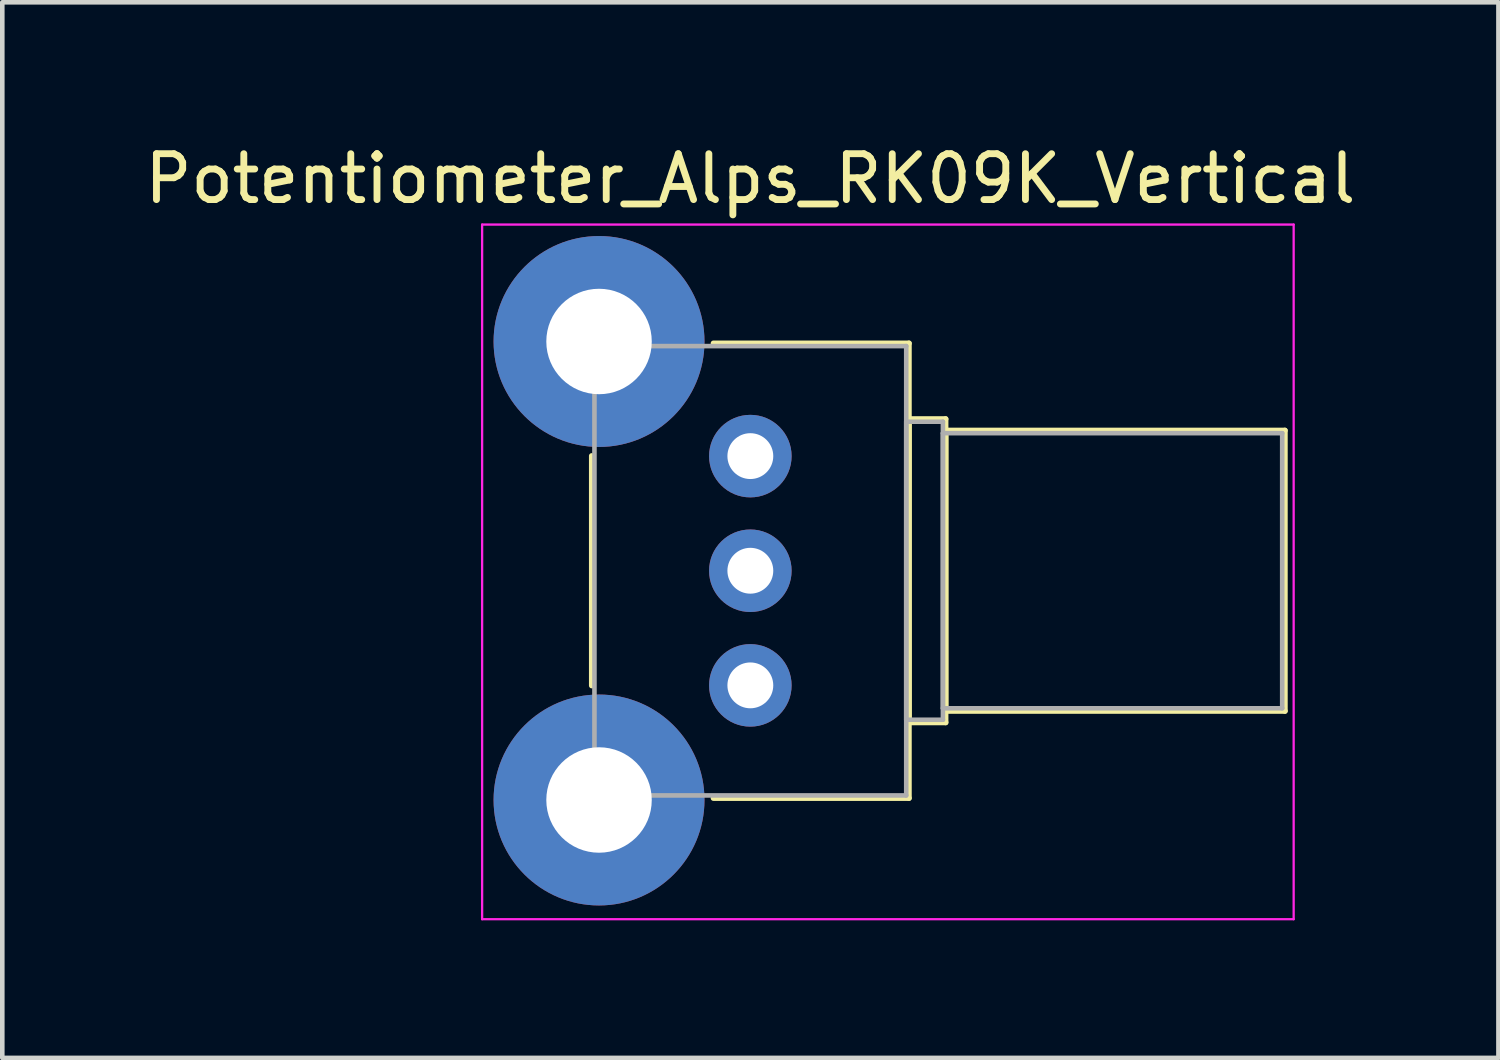
<source format=kicad_pcb>
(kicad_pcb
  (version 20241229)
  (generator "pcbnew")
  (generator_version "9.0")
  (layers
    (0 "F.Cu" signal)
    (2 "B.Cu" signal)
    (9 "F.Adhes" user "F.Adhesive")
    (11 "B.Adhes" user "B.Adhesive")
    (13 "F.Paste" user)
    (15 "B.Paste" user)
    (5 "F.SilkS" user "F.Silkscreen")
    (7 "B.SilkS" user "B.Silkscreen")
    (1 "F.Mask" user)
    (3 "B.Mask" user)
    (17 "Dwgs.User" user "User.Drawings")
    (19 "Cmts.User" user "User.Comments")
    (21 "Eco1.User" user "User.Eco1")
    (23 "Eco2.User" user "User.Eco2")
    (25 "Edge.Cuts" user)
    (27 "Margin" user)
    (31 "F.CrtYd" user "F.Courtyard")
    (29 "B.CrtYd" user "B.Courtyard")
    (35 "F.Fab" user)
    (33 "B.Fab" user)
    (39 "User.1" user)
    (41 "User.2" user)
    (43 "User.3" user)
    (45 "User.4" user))
  (footprint "Potentiometer_Alps_RK09K_Vertical"
    (layer "F.Cu")
    (at 13.315 11.898)
    (property "Reference" "Potentiometer_Alps_RK09K_Vertical" (at 0 -11.05 0) (layer "F.SilkS") (effects (font (size 1 1) (thickness 0.15))))
    (attr through_hole)
    (fp_line (start -3.46 -5.005) (end -3.46 0.005) (stroke (width 0.12) (type solid)) (layer "F.SilkS"))
    (fp_line (start -0.805 -7.461) (end 3.46 -7.461) (stroke (width 0.12) (type solid)) (layer "F.SilkS"))
    (fp_line (start -0.805 2.46) (end 3.46 2.46) (stroke (width 0.12) (type solid)) (layer "F.SilkS"))
    (fp_line (start 3.46 -7.461) (end 3.46 2.46) (stroke (width 0.12) (type solid)) (layer "F.SilkS"))
    (fp_line (start 3.46 -5.81) (end 3.46 0.81) (stroke (width 0.12) (type solid)) (layer "F.SilkS"))
    (fp_line (start 3.46 -5.81) (end 4.26 -5.81) (stroke (width 0.12) (type solid)) (layer "F.SilkS"))
    (fp_line (start 3.46 0.81) (end 4.26 0.81) (stroke (width 0.12) (type solid)) (layer "F.SilkS"))
    (fp_line (start 4.26 -5.81) (end 4.26 0.81) (stroke (width 0.12) (type solid)) (layer "F.SilkS"))
    (fp_line (start 4.26 -5.56) (end 4.26 0.56) (stroke (width 0.12) (type solid)) (layer "F.SilkS"))
    (fp_line (start 4.26 -5.56) (end 11.66 -5.56) (stroke (width 0.12) (type solid)) (layer "F.SilkS"))
    (fp_line (start 4.26 0.56) (end 11.66 0.56) (stroke (width 0.12) (type solid)) (layer "F.SilkS"))
    (fp_line (start 11.66 -5.56) (end 11.66 0.56) (stroke (width 0.12) (type solid)) (layer "F.SilkS"))
    (fp_line (start -5.85 -10.05) (end -5.85 5.1) (stroke (width 0.05) (type solid)) (layer "F.CrtYd"))
    (fp_line (start -5.85 5.1) (end 11.85 5.1) (stroke (width 0.05) (type solid)) (layer "F.CrtYd"))
    (fp_line (start 11.85 -10.05) (end -5.85 -10.05) (stroke (width 0.05) (type solid)) (layer "F.CrtYd"))
    (fp_line (start 11.85 5.1) (end 11.85 -10.05) (stroke (width 0.05) (type solid)) (layer "F.CrtYd"))
    (fp_line (start -3.4 -7.4) (end -3.4 2.4) (stroke (width 0.1) (type solid)) (layer "F.Fab"))
    (fp_line (start -3.4 2.4) (end 3.4 2.4) (stroke (width 0.1) (type solid)) (layer "F.Fab"))
    (fp_line (start 3.4 -7.4) (end -3.4 -7.4) (stroke (width 0.1) (type solid)) (layer "F.Fab"))
    (fp_line (start 3.4 -5.75) (end 3.4 0.75) (stroke (width 0.1) (type solid)) (layer "F.Fab"))
    (fp_line (start 3.4 0.75) (end 4.2 0.75) (stroke (width 0.1) (type solid)) (layer "F.Fab"))
    (fp_line (start 3.4 2.4) (end 3.4 -7.4) (stroke (width 0.1) (type solid)) (layer "F.Fab"))
    (fp_line (start 4.2 -5.75) (end 3.4 -5.75) (stroke (width 0.1) (type solid)) (layer "F.Fab"))
    (fp_line (start 4.2 -5.5) (end 4.2 0.5) (stroke (width 0.1) (type solid)) (layer "F.Fab"))
    (fp_line (start 4.2 0.5) (end 11.6 0.5) (stroke (width 0.1) (type solid)) (layer "F.Fab"))
    (fp_line (start 4.2 0.75) (end 4.2 -5.75) (stroke (width 0.1) (type solid)) (layer "F.Fab"))
    (fp_line (start 11.6 -5.5) (end 4.2 -5.5) (stroke (width 0.1) (type solid)) (layer "F.Fab"))
    (fp_line (start 11.6 0.5) (end 11.6 -5.5) (stroke (width 0.1) (type solid)) (layer "F.Fab"))
    (pad "0" thru_hole circle (at -3.3 -7.5) (size 4.6 4.6) (drill 2.3) (layers "*.Cu" "*.Mask"))
    (pad "0" thru_hole circle (at -3.3 2.5) (size 4.6 4.6) (drill 2.3) (layers "*.Cu" "*.Mask"))
    (pad "1" thru_hole circle (at 0 0) (size 1.8 1.8) (drill 1) (layers "*.Cu" "*.Mask"))
    (pad "2" thru_hole circle (at 0 -2.5) (size 1.8 1.8) (drill 1) (layers "*.Cu" "*.Mask"))
    (pad "3" thru_hole circle (at 0 -5) (size 1.8 1.8) (drill 1) (layers "*.Cu" "*.Mask")))
  (gr_rect
    (start -3 -3)
    (end 29.631 20.023)
    (stroke (width 0.1) (type default))
    (fill no)
    (layer "Edge.Cuts")))
</source>
